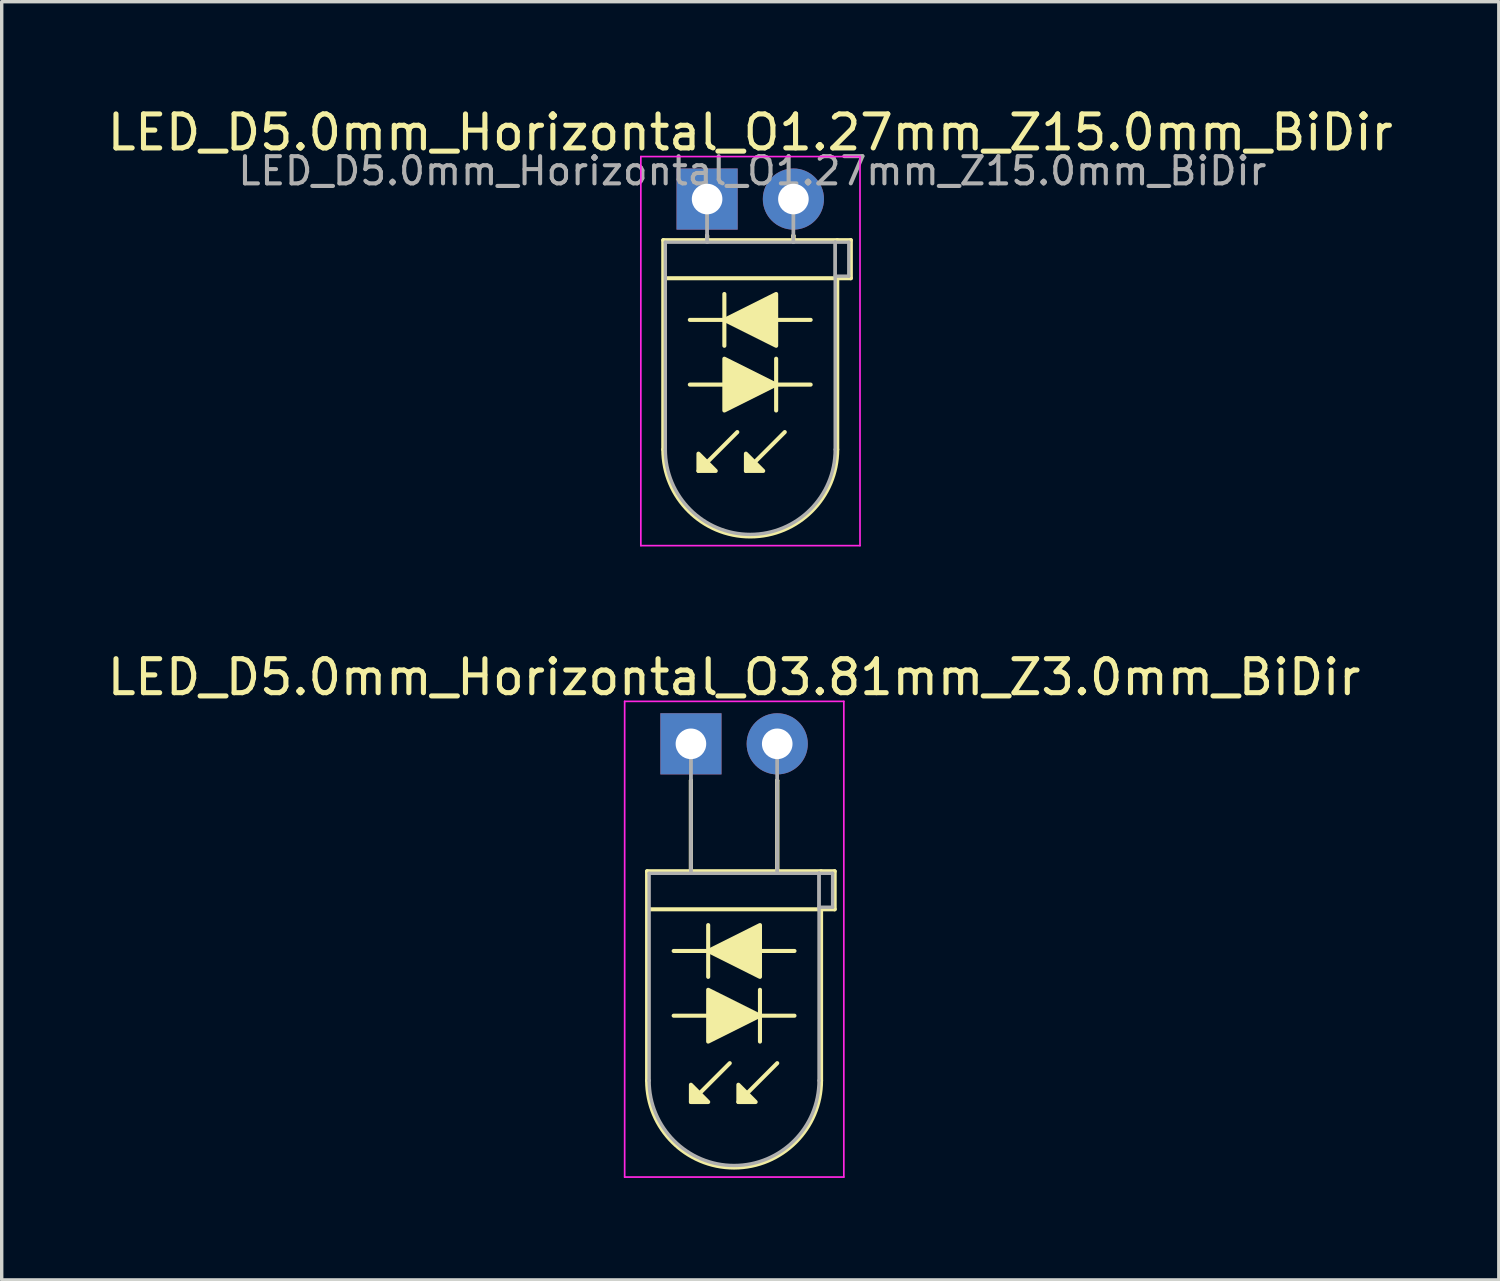
<source format=kicad_pcb>
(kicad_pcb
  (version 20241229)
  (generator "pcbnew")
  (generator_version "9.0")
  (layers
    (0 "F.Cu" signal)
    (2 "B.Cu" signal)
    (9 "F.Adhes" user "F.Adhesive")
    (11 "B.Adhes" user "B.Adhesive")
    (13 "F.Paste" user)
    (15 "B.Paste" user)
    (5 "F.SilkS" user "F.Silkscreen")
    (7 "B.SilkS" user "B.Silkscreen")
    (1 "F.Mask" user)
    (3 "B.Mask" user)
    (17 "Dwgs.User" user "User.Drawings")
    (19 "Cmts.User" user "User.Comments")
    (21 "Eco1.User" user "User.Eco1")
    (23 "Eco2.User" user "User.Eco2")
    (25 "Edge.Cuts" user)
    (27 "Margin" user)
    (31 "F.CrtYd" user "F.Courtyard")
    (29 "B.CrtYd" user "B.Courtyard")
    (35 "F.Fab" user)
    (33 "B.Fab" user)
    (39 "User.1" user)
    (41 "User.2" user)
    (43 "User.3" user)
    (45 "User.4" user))
  (footprint "LED_D5.0mm_Horizontal_O1.27mm_Z15.0mm_BiDir"
    (layer "F.Cu")
    (at 17.76 2.808)
    (property "Reference" "LED_D5.0mm_Horizontal_O1.27mm_Z15.0mm_BiDir" (at 1.27 -1.96 0) (layer "F.SilkS") (effects (font (size 1 1) (thickness 0.15))))
    (fp_line (start -1.29 1.21) (end -1.29 7.37) (stroke (width 0.12) (type solid)) (layer "F.SilkS"))
    (fp_line (start -1.29 1.21) (end 3.83 1.21) (stroke (width 0.12) (type solid)) (layer "F.SilkS"))
    (fp_line (start -0.508 5.461) (end 0.508 5.461) (stroke (width 0.12) (type solid)) (layer "F.SilkS"))
    (fp_line (start 0 1.08) (end 0 1.08) (stroke (width 0.12) (type solid)) (layer "F.SilkS"))
    (fp_line (start 0 1.08) (end 0 1.21) (stroke (width 0.12) (type solid)) (layer "F.SilkS"))
    (fp_line (start 0 1.21) (end 0 1.08) (stroke (width 0.12) (type solid)) (layer "F.SilkS"))
    (fp_line (start 0 1.21) (end 0 1.21) (stroke (width 0.12) (type solid)) (layer "F.SilkS"))
    (fp_line (start 0.508 2.794) (end 0.508 4.318) (stroke (width 0.12) (type solid)) (layer "F.SilkS"))
    (fp_line (start 0.508 3.556) (end -0.508 3.556) (stroke (width 0.12) (type solid)) (layer "F.SilkS"))
    (fp_line (start 0.889 6.858) (end -0.254 8.001) (stroke (width 0.12) (type solid)) (layer "F.SilkS"))
    (fp_line (start 2.032 5.461) (end 3.048 5.461) (stroke (width 0.12) (type solid)) (layer "F.SilkS"))
    (fp_line (start 2.032 6.223) (end 2.032 4.699) (stroke (width 0.12) (type solid)) (layer "F.SilkS"))
    (fp_line (start 2.286 6.858) (end 1.143 8.001) (stroke (width 0.12) (type solid)) (layer "F.SilkS"))
    (fp_line (start 2.54 1.08) (end 2.54 1.08) (stroke (width 0.12) (type solid)) (layer "F.SilkS"))
    (fp_line (start 2.54 1.08) (end 2.54 1.21) (stroke (width 0.12) (type solid)) (layer "F.SilkS"))
    (fp_line (start 2.54 1.21) (end 2.54 1.08) (stroke (width 0.12) (type solid)) (layer "F.SilkS"))
    (fp_line (start 2.54 1.21) (end 2.54 1.21) (stroke (width 0.12) (type solid)) (layer "F.SilkS"))
    (fp_line (start 3.048 3.556) (end 2.032 3.556) (stroke (width 0.12) (type solid)) (layer "F.SilkS"))
    (fp_line (start 3.83 1.21) (end 4.23 1.21) (stroke (width 0.12) (type solid)) (layer "F.SilkS"))
    (fp_line (start 3.83 2.33) (end 3.83 7.37) (stroke (width 0.12) (type solid)) (layer "F.SilkS"))
    (fp_line (start 4.23 1.21) (end 4.23 2.33) (stroke (width 0.12) (type solid)) (layer "F.SilkS"))
    (fp_line (start 4.23 2.33) (end -1.27 2.33) (stroke (width 0.12) (type solid)) (layer "F.SilkS"))
    (fp_arc (start 3.83 7.37) (mid 1.27 9.93) (end -1.29 7.37) (stroke (width 0.12) (type solid)) (layer "F.SilkS"))
    (fp_poly (pts (xy -0.254 7.493) (xy 0.254 8.001) (xy -0.254 8.001)) (stroke (width 0.12) (type solid)) (fill yes) (layer "F.SilkS"))
    (fp_poly (pts (xy 0.508 4.699) (xy 2.032 5.461) (xy 0.508 6.223)) (stroke (width 0.12) (type solid)) (fill yes) (layer "F.SilkS"))
    (fp_poly (pts (xy 1.143 7.493) (xy 1.651 8.001) (xy 1.143 8.001)) (stroke (width 0.12) (type solid)) (fill yes) (layer "F.SilkS"))
    (fp_poly (pts (xy 2.032 4.318) (xy 0.508 3.556) (xy 2.032 2.794)) (stroke (width 0.12) (type solid)) (fill yes) (layer "F.SilkS"))
    (fp_line (start -1.95 -1.25) (end -1.95 10.2) (stroke (width 0.05) (type solid)) (layer "F.CrtYd"))
    (fp_line (start -1.95 10.2) (end 4.5 10.2) (stroke (width 0.05) (type solid)) (layer "F.CrtYd"))
    (fp_line (start 4.5 -1.25) (end -1.95 -1.25) (stroke (width 0.05) (type solid)) (layer "F.CrtYd"))
    (fp_line (start 4.5 10.2) (end 4.5 -1.25) (stroke (width 0.05) (type solid)) (layer "F.CrtYd"))
    (fp_line (start -1.23 1.27) (end -1.23 7.37) (stroke (width 0.1) (type solid)) (layer "F.Fab"))
    (fp_line (start -1.23 1.27) (end 3.77 1.27) (stroke (width 0.1) (type solid)) (layer "F.Fab"))
    (fp_line (start 0 0) (end 0 0) (stroke (width 0.1) (type solid)) (layer "F.Fab"))
    (fp_line (start 0 0) (end 0 1.27) (stroke (width 0.1) (type solid)) (layer "F.Fab"))
    (fp_line (start 0 1.27) (end 0 0) (stroke (width 0.1) (type solid)) (layer "F.Fab"))
    (fp_line (start 0 1.27) (end 0 1.27) (stroke (width 0.1) (type solid)) (layer "F.Fab"))
    (fp_line (start 2.54 0) (end 2.54 0) (stroke (width 0.1) (type solid)) (layer "F.Fab"))
    (fp_line (start 2.54 0) (end 2.54 1.27) (stroke (width 0.1) (type solid)) (layer "F.Fab"))
    (fp_line (start 2.54 1.27) (end 2.54 0) (stroke (width 0.1) (type solid)) (layer "F.Fab"))
    (fp_line (start 2.54 1.27) (end 2.54 1.27) (stroke (width 0.1) (type solid)) (layer "F.Fab"))
    (fp_line (start 3.77 1.27) (end 3.77 7.37) (stroke (width 0.1) (type solid)) (layer "F.Fab"))
    (fp_line (start 3.77 1.27) (end 4.17 1.27) (stroke (width 0.1) (type solid)) (layer "F.Fab"))
    (fp_line (start 3.77 2.27) (end 3.77 1.27) (stroke (width 0.1) (type solid)) (layer "F.Fab"))
    (fp_line (start 4.17 1.27) (end 4.17 2.27) (stroke (width 0.1) (type solid)) (layer "F.Fab"))
    (fp_line (start 4.17 2.27) (end 3.77 2.27) (stroke (width 0.1) (type solid)) (layer "F.Fab"))
    (fp_arc (start 3.77 7.37) (mid 1.27 9.87) (end -1.23 7.37) (stroke (width 0.1) (type solid)) (layer "F.Fab"))
    (fp_text user "${REFERENCE}" (at 1.333 -0.826 0) (layer "F.Fab") (effects (font (size 0.8 0.8) (thickness 0.12))))
    (pad "1" thru_hole rect (at 0 0) (size 1.8 1.8) (drill 0.9) (layers "*.Cu" "*.Mask"))
    (pad "2" thru_hole circle (at 2.54 0) (size 1.8 1.8) (drill 0.9) (layers "*.Cu" "*.Mask")))
  (footprint "LED_D5.0mm_Horizontal_O3.81mm_Z3.0mm_BiDir"
    (layer "F.Cu")
    (at 17.284 18.841)
    (property "Reference" "LED_D5.0mm_Horizontal_O3.81mm_Z3.0mm_BiDir" (at 1.27 -1.96 0) (layer "F.SilkS") (effects (font (size 1 1) (thickness 0.15))))
    (fp_line (start -1.29 3.75) (end -1.29 9.91) (stroke (width 0.12) (type solid)) (layer "F.SilkS"))
    (fp_line (start -1.29 3.75) (end 3.83 3.75) (stroke (width 0.12) (type solid)) (layer "F.SilkS"))
    (fp_line (start -0.508 8.001) (end 0.508 8.001) (stroke (width 0.12) (type solid)) (layer "F.SilkS"))
    (fp_line (start 0 1.08) (end 0 1.08) (stroke (width 0.12) (type solid)) (layer "F.SilkS"))
    (fp_line (start 0 1.08) (end 0 3.75) (stroke (width 0.12) (type solid)) (layer "F.SilkS"))
    (fp_line (start 0 3.75) (end 0 1.08) (stroke (width 0.12) (type solid)) (layer "F.SilkS"))
    (fp_line (start 0 3.75) (end 0 3.75) (stroke (width 0.12) (type solid)) (layer "F.SilkS"))
    (fp_line (start 0.508 5.334) (end 0.508 6.858) (stroke (width 0.12) (type solid)) (layer "F.SilkS"))
    (fp_line (start 0.508 6.096) (end -0.508 6.096) (stroke (width 0.12) (type solid)) (layer "F.SilkS"))
    (fp_line (start 1.143 9.398) (end 0 10.541) (stroke (width 0.12) (type solid)) (layer "F.SilkS"))
    (fp_line (start 2.032 8.001) (end 3.048 8.001) (stroke (width 0.12) (type solid)) (layer "F.SilkS"))
    (fp_line (start 2.032 8.763) (end 2.032 7.239) (stroke (width 0.12) (type solid)) (layer "F.SilkS"))
    (fp_line (start 2.54 1.08) (end 2.54 1.08) (stroke (width 0.12) (type solid)) (layer "F.SilkS"))
    (fp_line (start 2.54 1.08) (end 2.54 3.75) (stroke (width 0.12) (type solid)) (layer "F.SilkS"))
    (fp_line (start 2.54 3.75) (end 2.54 1.08) (stroke (width 0.12) (type solid)) (layer "F.SilkS"))
    (fp_line (start 2.54 3.75) (end 2.54 3.75) (stroke (width 0.12) (type solid)) (layer "F.SilkS"))
    (fp_line (start 2.54 9.398) (end 1.397 10.541) (stroke (width 0.12) (type solid)) (layer "F.SilkS"))
    (fp_line (start 3.048 6.096) (end 2.032 6.096) (stroke (width 0.12) (type solid)) (layer "F.SilkS"))
    (fp_line (start 3.83 3.75) (end 4.23 3.75) (stroke (width 0.12) (type solid)) (layer "F.SilkS"))
    (fp_line (start 3.83 4.87) (end 3.83 9.91) (stroke (width 0.12) (type solid)) (layer "F.SilkS"))
    (fp_line (start 4.23 3.75) (end 4.23 4.87) (stroke (width 0.12) (type solid)) (layer "F.SilkS"))
    (fp_line (start 4.23 4.87) (end -1.27 4.87) (stroke (width 0.12) (type solid)) (layer "F.SilkS"))
    (fp_arc (start 3.83 9.91) (mid 1.27 12.47) (end -1.29 9.91) (stroke (width 0.12) (type solid)) (layer "F.SilkS"))
    (fp_poly (pts (xy 0 10.033) (xy 0.508 10.541) (xy 0 10.541)) (stroke (width 0.12) (type solid)) (fill yes) (layer "F.SilkS"))
    (fp_poly (pts (xy 0.508 7.239) (xy 2.032 8.001) (xy 0.508 8.763)) (stroke (width 0.12) (type solid)) (fill yes) (layer "F.SilkS"))
    (fp_poly (pts (xy 1.397 10.033) (xy 1.905 10.541) (xy 1.397 10.541)) (stroke (width 0.12) (type solid)) (fill yes) (layer "F.SilkS"))
    (fp_poly (pts (xy 2.032 6.858) (xy 0.508 6.096) (xy 2.032 5.334)) (stroke (width 0.12) (type solid)) (fill yes) (layer "F.SilkS"))
    (fp_line (start -1.95 -1.25) (end -1.95 12.75) (stroke (width 0.05) (type solid)) (layer "F.CrtYd"))
    (fp_line (start -1.95 12.75) (end 4.5 12.75) (stroke (width 0.05) (type solid)) (layer "F.CrtYd"))
    (fp_line (start 4.5 -1.25) (end -1.95 -1.25) (stroke (width 0.05) (type solid)) (layer "F.CrtYd"))
    (fp_line (start 4.5 12.75) (end 4.5 -1.25) (stroke (width 0.05) (type solid)) (layer "F.CrtYd"))
    (fp_line (start -1.23 3.81) (end -1.23 9.91) (stroke (width 0.1) (type solid)) (layer "F.Fab"))
    (fp_line (start -1.23 3.81) (end 3.77 3.81) (stroke (width 0.1) (type solid)) (layer "F.Fab"))
    (fp_line (start 0 0) (end 0 0) (stroke (width 0.1) (type solid)) (layer "F.Fab"))
    (fp_line (start 0 0) (end 0 3.81) (stroke (width 0.1) (type solid)) (layer "F.Fab"))
    (fp_line (start 0 3.81) (end 0 0) (stroke (width 0.1) (type solid)) (layer "F.Fab"))
    (fp_line (start 0 3.81) (end 0 3.81) (stroke (width 0.1) (type solid)) (layer "F.Fab"))
    (fp_line (start 2.54 0) (end 2.54 0) (stroke (width 0.1) (type solid)) (layer "F.Fab"))
    (fp_line (start 2.54 0) (end 2.54 3.81) (stroke (width 0.1) (type solid)) (layer "F.Fab"))
    (fp_line (start 2.54 3.81) (end 2.54 0) (stroke (width 0.1) (type solid)) (layer "F.Fab"))
    (fp_line (start 2.54 3.81) (end 2.54 3.81) (stroke (width 0.1) (type solid)) (layer "F.Fab"))
    (fp_line (start 3.77 3.81) (end 3.77 9.91) (stroke (width 0.1) (type solid)) (layer "F.Fab"))
    (fp_line (start 3.77 3.81) (end 4.17 3.81) (stroke (width 0.1) (type solid)) (layer "F.Fab"))
    (fp_line (start 3.77 4.81) (end 3.77 3.81) (stroke (width 0.1) (type solid)) (layer "F.Fab"))
    (fp_line (start 4.17 3.81) (end 4.17 4.81) (stroke (width 0.1) (type solid)) (layer "F.Fab"))
    (fp_line (start 4.17 4.81) (end 3.77 4.81) (stroke (width 0.1) (type solid)) (layer "F.Fab"))
    (fp_arc (start 3.77 9.91) (mid 1.27 12.41) (end -1.23 9.91) (stroke (width 0.1) (type solid)) (layer "F.Fab"))
    (pad "1" thru_hole rect (at 0 0) (size 1.8 1.8) (drill 0.9) (layers "*.Cu" "*.Mask"))
    (pad "2" thru_hole circle (at 2.54 0) (size 1.8 1.8) (drill 0.9) (layers "*.Cu" "*.Mask")))
  (gr_rect
    (start -3 -3)
    (end 41.06 34.617)
    (stroke (width 0.1) (type default))
    (fill no)
    (layer "Edge.Cuts")))
</source>
